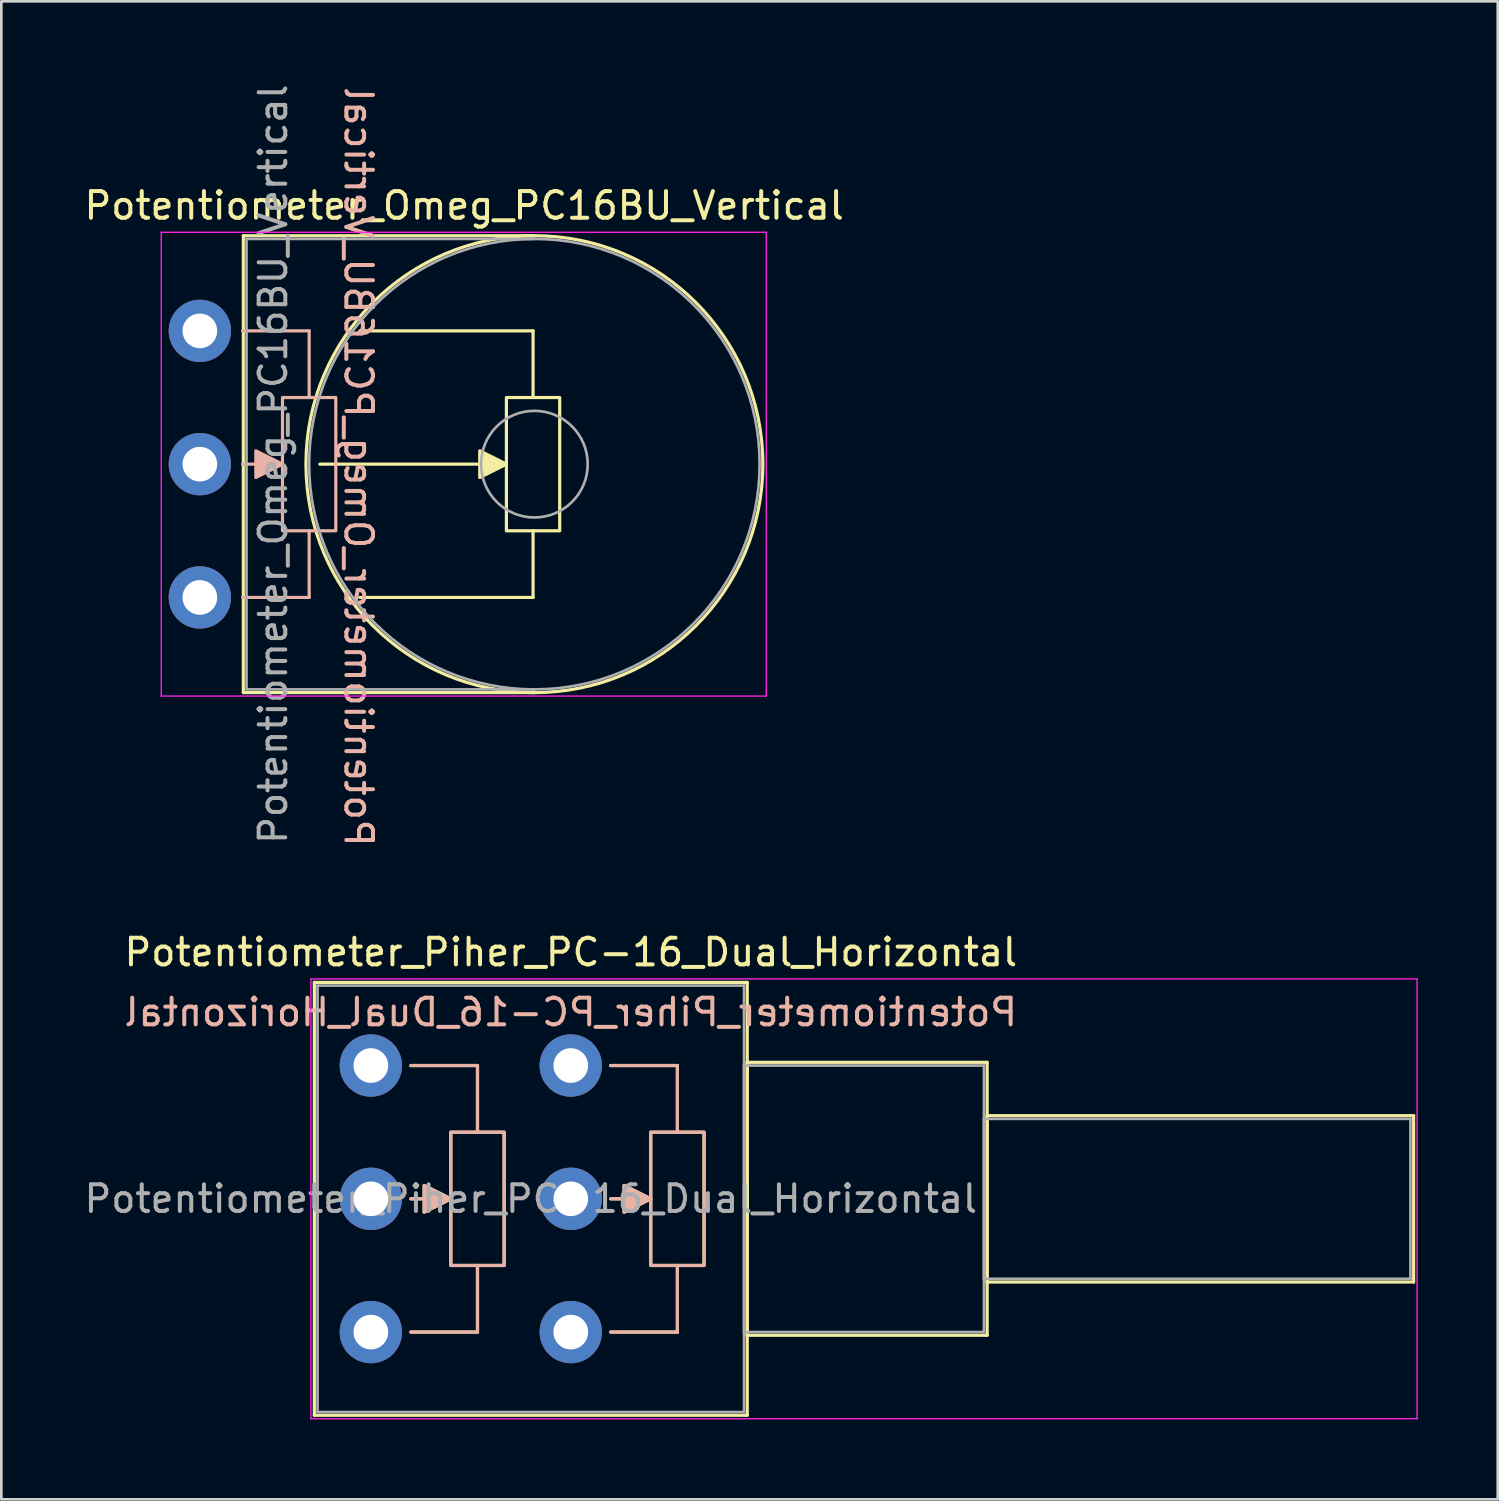
<source format=kicad_pcb>
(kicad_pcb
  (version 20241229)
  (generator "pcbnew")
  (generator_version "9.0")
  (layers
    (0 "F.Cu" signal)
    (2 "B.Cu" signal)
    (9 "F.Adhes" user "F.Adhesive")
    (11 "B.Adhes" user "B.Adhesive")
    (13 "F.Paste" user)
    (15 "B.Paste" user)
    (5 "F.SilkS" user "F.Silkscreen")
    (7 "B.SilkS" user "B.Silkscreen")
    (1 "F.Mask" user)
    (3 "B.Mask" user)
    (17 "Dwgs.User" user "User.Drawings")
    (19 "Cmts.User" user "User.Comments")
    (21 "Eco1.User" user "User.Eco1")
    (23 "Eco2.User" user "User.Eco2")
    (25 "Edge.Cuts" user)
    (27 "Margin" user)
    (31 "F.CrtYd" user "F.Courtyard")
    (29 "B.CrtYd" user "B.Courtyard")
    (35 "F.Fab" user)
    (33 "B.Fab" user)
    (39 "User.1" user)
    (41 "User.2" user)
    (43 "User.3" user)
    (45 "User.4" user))
  (footprint "Potentiometer_Piher_PC-16_Dual_Horizontal"
    (layer "F.Cu")
    (at 18.363 46.924)
    (property "Reference" "Potentiometer_Piher_PC-16_Dual_Horizontal" (at 0 -14.25 0) (layer "F.SilkS") (effects (font (size 1 1) (thickness 0.15))))
    (attr through_hole)
    (fp_line (start -9.62 -13.12) (end -9.62 3.12) (stroke (width 0.12) (type solid)) (layer "F.SilkS"))
    (fp_line (start -9.62 -13.12) (end 6.62 -13.12) (stroke (width 0.12) (type solid)) (layer "F.SilkS"))
    (fp_line (start -9.62 3.12) (end 6.62 3.12) (stroke (width 0.12) (type solid)) (layer "F.SilkS"))
    (fp_line (start -6 0) (end -3.5 0) (stroke (width 0.12) (type solid)) (layer "F.SilkS"))
    (fp_line (start -4.5 -5) (end -6 -5) (stroke (width 0.12) (type solid)) (layer "F.SilkS"))
    (fp_line (start -3.5 -10) (end -6 -10) (stroke (width 0.12) (type solid)) (layer "F.SilkS"))
    (fp_line (start -3.5 -7.5) (end -3.5 -10) (stroke (width 0.12) (type solid)) (layer "F.SilkS"))
    (fp_line (start -3.5 0) (end -3.5 -2.5) (stroke (width 0.12) (type solid)) (layer "F.SilkS"))
    (fp_line (start 1.5 0) (end 4 0) (stroke (width 0.12) (type solid)) (layer "F.SilkS"))
    (fp_line (start 3 -5) (end 1.5 -5) (stroke (width 0.12) (type solid)) (layer "F.SilkS"))
    (fp_line (start 4 -10) (end 1.5 -10) (stroke (width 0.12) (type solid)) (layer "F.SilkS"))
    (fp_line (start 4 -7.5) (end 4 -10) (stroke (width 0.12) (type solid)) (layer "F.SilkS"))
    (fp_line (start 4 0) (end 4 -2.5) (stroke (width 0.12) (type solid)) (layer "F.SilkS"))
    (fp_line (start 6.62 -13.12) (end 6.62 3.12) (stroke (width 0.12) (type solid)) (layer "F.SilkS"))
    (fp_line (start 6.62 -10.12) (end 6.62 0.12) (stroke (width 0.12) (type solid)) (layer "F.SilkS"))
    (fp_line (start 6.62 -10.12) (end 15.62 -10.12) (stroke (width 0.12) (type solid)) (layer "F.SilkS"))
    (fp_line (start 6.62 0.12) (end 15.62 0.12) (stroke (width 0.12) (type solid)) (layer "F.SilkS"))
    (fp_line (start 15.62 -10.12) (end 15.62 0.12) (stroke (width 0.12) (type solid)) (layer "F.SilkS"))
    (fp_line (start 15.62 -8.12) (end 15.62 -1.879) (stroke (width 0.12) (type solid)) (layer "F.SilkS"))
    (fp_line (start 15.62 -8.12) (end 31.62 -8.12) (stroke (width 0.12) (type solid)) (layer "F.SilkS"))
    (fp_line (start 15.62 -1.879) (end 31.62 -1.879) (stroke (width 0.12) (type solid)) (layer "F.SilkS"))
    (fp_line (start 31.62 -8.12) (end 31.62 -1.879) (stroke (width 0.12) (type solid)) (layer "F.SilkS"))
    (fp_rect (start -2.5 -2.5) (end -4.5 -7.5) (stroke (width 0.12) (type solid)) (fill no) (layer "F.SilkS"))
    (fp_rect (start 5 -2.5) (end 3 -7.5) (stroke (width 0.12) (type solid)) (fill no) (layer "F.SilkS"))
    (fp_poly (pts (xy -5.5 -5.5) (xy -4.5 -5) (xy -5.5 -4.5)) (stroke (width 0.12) (type solid)) (fill yes) (layer "F.SilkS"))
    (fp_poly (pts (xy 2 -5.5) (xy 3 -5) (xy 2 -4.5)) (stroke (width 0.12) (type solid)) (fill yes) (layer "F.SilkS"))
    (fp_line (start -6 -5) (end -5.5 -5) (stroke (width 0.12) (type solid)) (layer "B.SilkS"))
    (fp_line (start -3.5 -10) (end -6 -10) (stroke (width 0.12) (type solid)) (layer "B.SilkS"))
    (fp_line (start -3.5 -7.5) (end -3.5 -10) (stroke (width 0.12) (type solid)) (layer "B.SilkS"))
    (fp_line (start -3.5 -2.5) (end -3.5 0) (stroke (width 0.12) (type solid)) (layer "B.SilkS"))
    (fp_line (start -3.5 0) (end -6 0) (stroke (width 0.12) (type solid)) (layer "B.SilkS"))
    (fp_line (start 1.5 -5) (end 2 -5) (stroke (width 0.12) (type solid)) (layer "B.SilkS"))
    (fp_line (start 4 -10) (end 1.5 -10) (stroke (width 0.12) (type solid)) (layer "B.SilkS"))
    (fp_line (start 4 -7.5) (end 4 -10) (stroke (width 0.12) (type solid)) (layer "B.SilkS"))
    (fp_line (start 4 -2.5) (end 4 0) (stroke (width 0.12) (type solid)) (layer "B.SilkS"))
    (fp_line (start 4 0) (end 1.5 0) (stroke (width 0.12) (type solid)) (layer "B.SilkS"))
    (fp_rect (start -4.5 -7.5) (end -2.5 -2.5) (stroke (width 0.12) (type solid)) (fill no) (layer "B.SilkS"))
    (fp_rect (start 3 -7.5) (end 5 -2.5) (stroke (width 0.12) (type solid)) (fill no) (layer "B.SilkS"))
    (fp_poly (pts (xy -4.5 -5) (xy -5.5 -4.5) (xy -5.5 -5.5)) (stroke (width 0.12) (type solid)) (fill yes) (layer "B.SilkS"))
    (fp_poly (pts (xy 3 -5) (xy 2 -4.5) (xy 2 -5.5)) (stroke (width 0.12) (type solid)) (fill yes) (layer "B.SilkS"))
    (fp_line (start -9.75 -13.25) (end -9.75 3.25) (stroke (width 0.05) (type solid)) (layer "F.CrtYd"))
    (fp_line (start -9.75 3.25) (end 31.75 3.25) (stroke (width 0.05) (type solid)) (layer "F.CrtYd"))
    (fp_line (start 31.75 -13.25) (end -9.75 -13.25) (stroke (width 0.05) (type solid)) (layer "F.CrtYd"))
    (fp_line (start 31.75 3.25) (end 31.75 -13.25) (stroke (width 0.05) (type solid)) (layer "F.CrtYd"))
    (fp_line (start -9.5 -13) (end -9.5 3) (stroke (width 0.1) (type solid)) (layer "F.Fab"))
    (fp_line (start -9.5 3) (end 6.5 3) (stroke (width 0.1) (type solid)) (layer "F.Fab"))
    (fp_line (start 6.5 -13) (end -9.5 -13) (stroke (width 0.1) (type solid)) (layer "F.Fab"))
    (fp_line (start 6.5 -10) (end 6.5 0) (stroke (width 0.1) (type solid)) (layer "F.Fab"))
    (fp_line (start 6.5 0) (end 15.5 0) (stroke (width 0.1) (type solid)) (layer "F.Fab"))
    (fp_line (start 6.5 3) (end 6.5 -13) (stroke (width 0.1) (type solid)) (layer "F.Fab"))
    (fp_line (start 15.5 -10) (end 6.5 -10) (stroke (width 0.1) (type solid)) (layer "F.Fab"))
    (fp_line (start 15.5 -8) (end 15.5 -2) (stroke (width 0.1) (type solid)) (layer "F.Fab"))
    (fp_line (start 15.5 -2) (end 31.5 -2) (stroke (width 0.1) (type solid)) (layer "F.Fab"))
    (fp_line (start 15.5 0) (end 15.5 -10) (stroke (width 0.1) (type solid)) (layer "F.Fab"))
    (fp_line (start 31.5 -8) (end 15.5 -8) (stroke (width 0.1) (type solid)) (layer "F.Fab"))
    (fp_line (start 31.5 -2) (end 31.5 -8) (stroke (width 0.1) (type solid)) (layer "F.Fab"))
    (fp_text user "${REFERENCE}" (at 0 -12 0) (unlocked yes) (layer "B.SilkS") (effects (font (size 1 1) (thickness 0.15)) (justify mirror)))
    (fp_text user "${REFERENCE}" (at -1.5 -5 0) (layer "F.Fab") (effects (font (size 1 1) (thickness 0.15))))
    (pad "1" thru_hole circle (at 0 0) (size 2.34 2.34) (drill 1.3) (layers "*.Cu" "*.Mask"))
    (pad "2" thru_hole circle (at 0 -5) (size 2.34 2.34) (drill 1.3) (layers "*.Cu" "*.Mask"))
    (pad "3" thru_hole circle (at 0 -10) (size 2.34 2.34) (drill 1.3) (layers "*.Cu" "*.Mask"))
    (pad "4" thru_hole circle (at -7.5 0) (size 2.34 2.34) (drill 1.3) (layers "*.Cu" "*.Mask"))
    (pad "5" thru_hole circle (at -7.5 -5) (size 2.34 2.34) (drill 1.3) (layers "*.Cu" "*.Mask"))
    (pad "6" thru_hole circle (at -7.5 -10) (size 2.34 2.34) (drill 1.3) (layers "*.Cu" "*.Mask")))
  (footprint "Potentiometer_Omeg_PC16BU_Vertical"
    (layer "F.Cu")
    (at 4.448 19.363)
    (property "Reference" "Potentiometer_Omeg_PC16BU_Vertical" (at 9.915 -14.7 0) (layer "F.SilkS") (effects (font (size 1 1) (thickness 0.15))))
    (attr through_hole)
    (fp_line (start 1.63 -13.57) (end 1.63 3.57) (stroke (width 0.12) (type solid)) (layer "F.SilkS"))
    (fp_line (start 1.63 -13.57) (end 12.55 -13.57) (stroke (width 0.12) (type solid)) (layer "F.SilkS"))
    (fp_line (start 1.63 3.57) (end 12.55 3.57) (stroke (width 0.12) (type solid)) (layer "F.SilkS"))
    (fp_line (start 6 0) (end 12.5 0) (stroke (width 0.12) (type solid)) (layer "F.SilkS"))
    (fp_line (start 11.5 -5) (end 4.5 -5) (stroke (width 0.12) (type solid)) (layer "F.SilkS"))
    (fp_line (start 12.5 -10) (end 6 -10) (stroke (width 0.12) (type solid)) (layer "F.SilkS"))
    (fp_line (start 12.5 -7.5) (end 12.5 -10) (stroke (width 0.12) (type solid)) (layer "F.SilkS"))
    (fp_line (start 12.5 0) (end 12.5 -2.5) (stroke (width 0.12) (type solid)) (layer "F.SilkS"))
    (fp_rect (start 13.5 -2.5) (end 11.5 -7.5) (stroke (width 0.12) (type solid)) (fill no) (layer "F.SilkS"))
    (fp_circle (center 12.55 -5) (end 21.12 -5) (stroke (width 0.12) (type solid)) (fill no) (layer "F.SilkS"))
    (fp_poly (pts (xy 10.5 -5.5) (xy 11.5 -5) (xy 10.5 -4.5)) (stroke (width 0.12) (type solid)) (fill yes) (layer "F.SilkS"))
    (fp_line (start 1.6 -5) (end 2.1 -5) (stroke (width 0.12) (type solid)) (layer "B.SilkS"))
    (fp_line (start 4.1 -10) (end 1.6 -10) (stroke (width 0.12) (type solid)) (layer "B.SilkS"))
    (fp_line (start 4.1 -7.5) (end 4.1 -10) (stroke (width 0.12) (type solid)) (layer "B.SilkS"))
    (fp_line (start 4.1 -2.5) (end 4.1 0) (stroke (width 0.12) (type solid)) (layer "B.SilkS"))
    (fp_line (start 4.1 0) (end 1.6 0) (stroke (width 0.12) (type solid)) (layer "B.SilkS"))
    (fp_rect (start 3.1 -7.5) (end 5.1 -2.5) (stroke (width 0.12) (type solid)) (fill no) (layer "B.SilkS"))
    (fp_poly (pts (xy 3.1 -5) (xy 2.1 -4.5) (xy 2.1 -5.5)) (stroke (width 0.12) (type solid)) (fill yes) (layer "B.SilkS"))
    (fp_line (start -1.45 -13.7) (end -1.45 3.7) (stroke (width 0.05) (type solid)) (layer "F.CrtYd"))
    (fp_line (start -1.45 3.7) (end 21.25 3.7) (stroke (width 0.05) (type solid)) (layer "F.CrtYd"))
    (fp_line (start 21.25 -13.7) (end -1.45 -13.7) (stroke (width 0.05) (type solid)) (layer "F.CrtYd"))
    (fp_line (start 21.25 3.7) (end 21.25 -13.7) (stroke (width 0.05) (type solid)) (layer "F.CrtYd"))
    (fp_line (start 1.75 -13.45) (end 1.75 3.45) (stroke (width 0.1) (type solid)) (layer "F.Fab"))
    (fp_line (start 1.75 3.45) (end 12.55 3.45) (stroke (width 0.1) (type solid)) (layer "F.Fab"))
    (fp_line (start 12.55 -13.45) (end 1.75 -13.45) (stroke (width 0.1) (type solid)) (layer "F.Fab"))
    (fp_circle (center 12.55 -5) (end 14.55 -5) (stroke (width 0.1) (type solid)) (fill no) (layer "F.Fab"))
    (fp_circle (center 12.55 -5) (end 21 -5) (stroke (width 0.1) (type solid)) (fill no) (layer "F.Fab"))
    (fp_text user "${REFERENCE}" (at 5.95 -4.9 270) (unlocked yes) (layer "B.SilkS") (effects (font (size 1 1) (thickness 0.15)) (justify mirror)))
    (fp_text user "${REFERENCE}" (at 2.75 -5 90) (layer "F.Fab") (effects (font (size 1 1) (thickness 0.15))))
    (pad "1" thru_hole circle (at 0 0) (size 2.34 2.34) (drill 1.3) (layers "*.Cu" "*.Mask"))
    (pad "2" thru_hole circle (at 0 -5) (size 2.34 2.34) (drill 1.3) (layers "*.Cu" "*.Mask"))
    (pad "3" thru_hole circle (at 0 -10) (size 2.34 2.34) (drill 1.3) (layers "*.Cu" "*.Mask")))
  (gr_rect
    (start -3 -3)
    (end 53.138 53.199)
    (stroke (width 0.1) (type default))
    (fill no)
    (layer "Edge.Cuts")))
</source>
